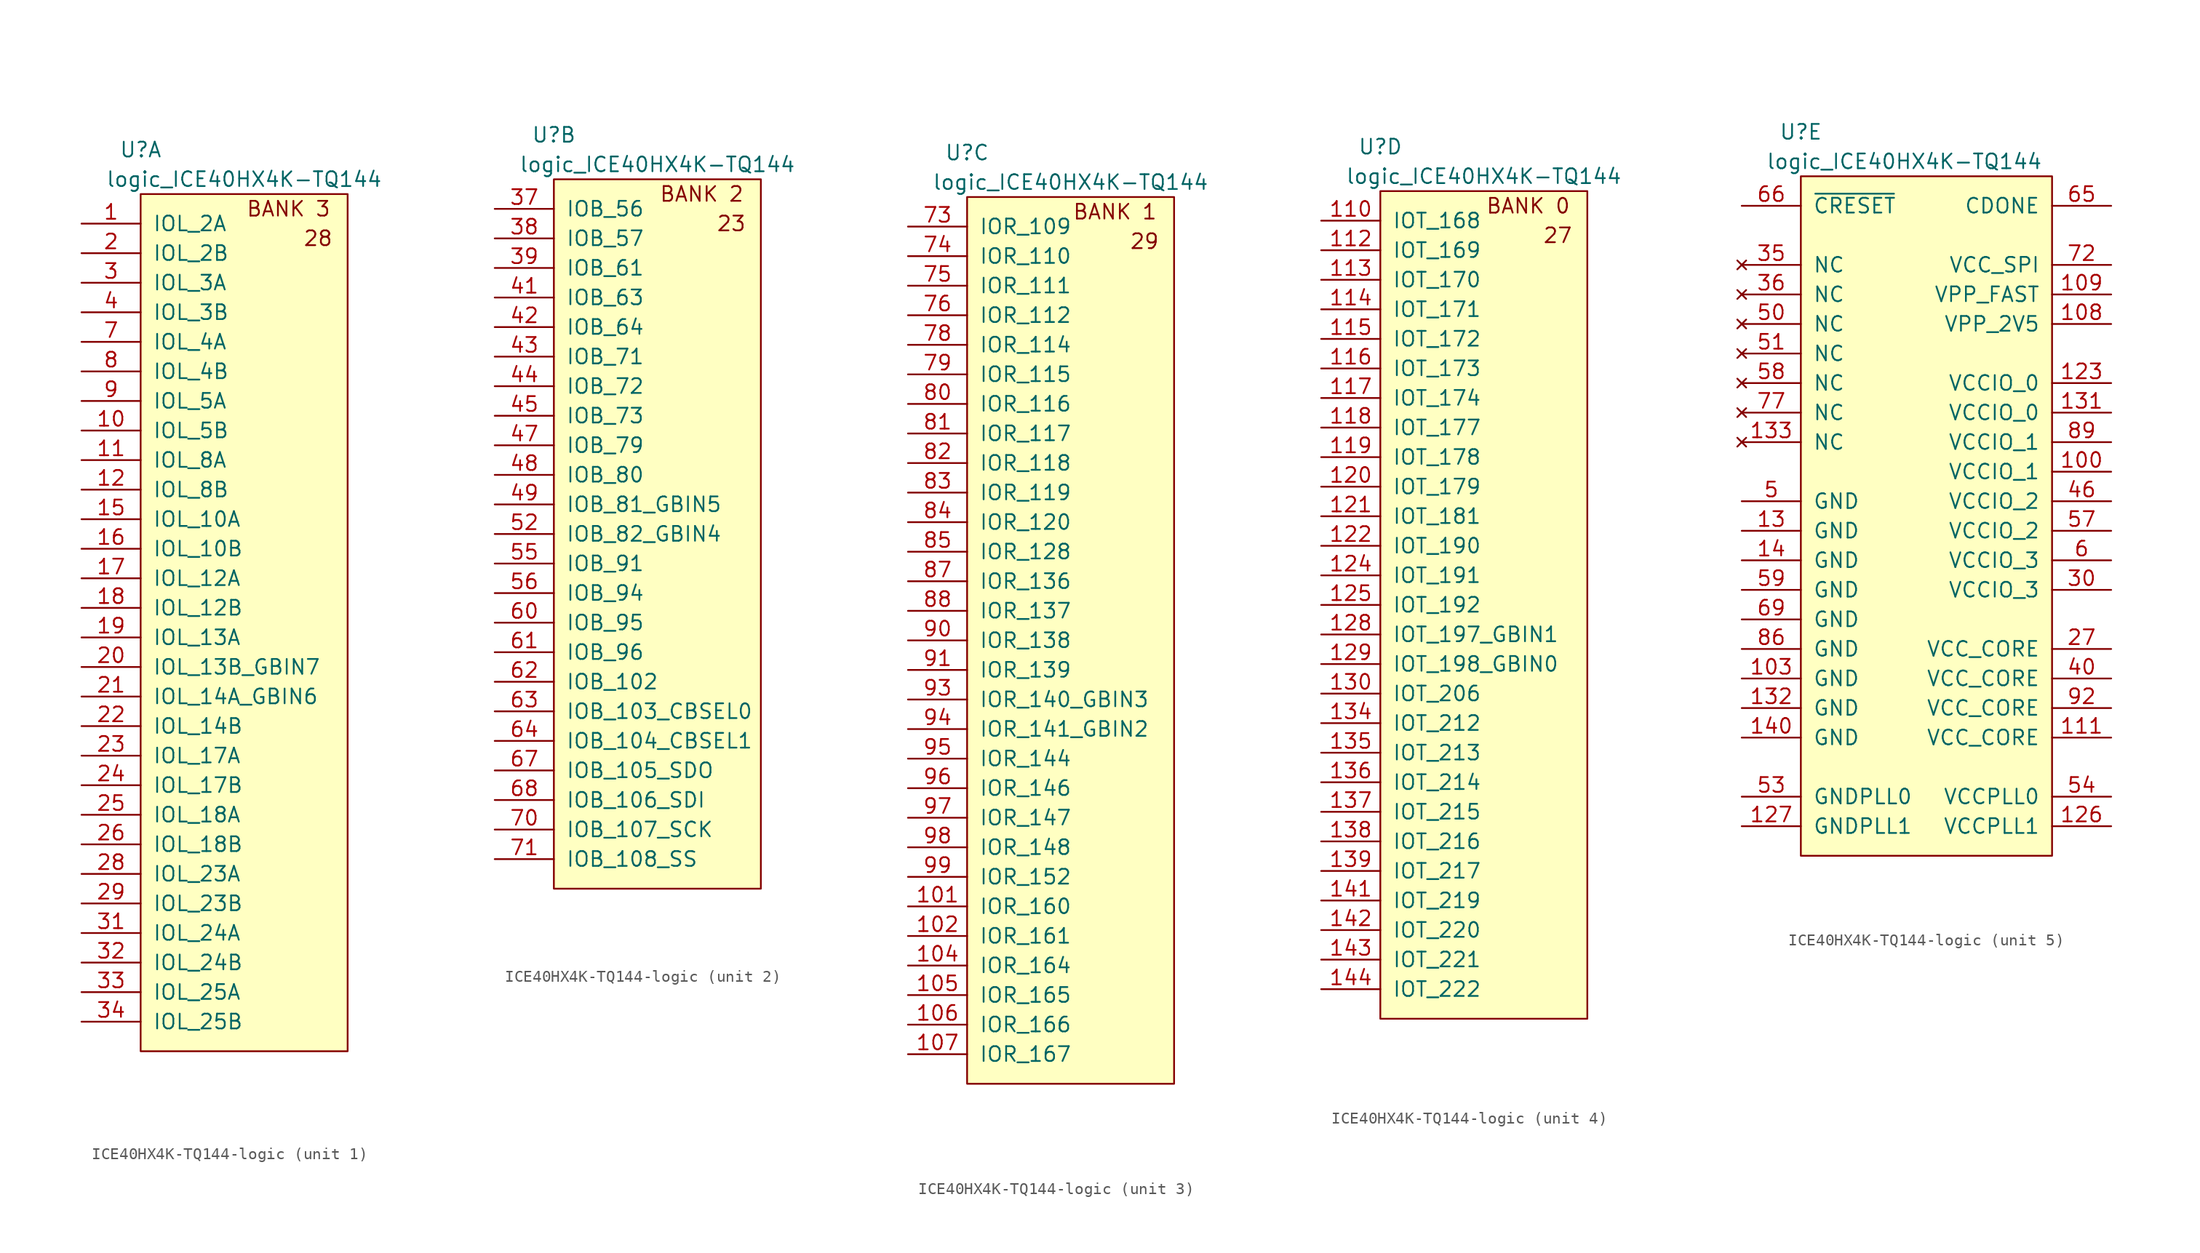
<source format=kicad_sym>
(kicad_symbol_lib
  (version 20231120)
  (generator "kicad_symbol_editor")
  (generator_version "8.0")
  (symbol "ICE40HX4K-TQ144-logic"
    (pin_names
      (offset 1.016))
    (property "Reference" "U"
      (at 0 3.81 0)
      (effects (font (size 1.27 1.27))))
    (property "Value" "logic_ICE40HX4K-TQ144"
      (at 8.89 1.27 0)
      (effects (font (size 1.27 1.27))))
    (property "ki_locked" ""
      (at 0 0 0)
      (effects (font (size 1.27 1.27))))
    (symbol "ICE40HX4K-TQ144-logic_1_0"
      (rectangle (start 0 0) (end 17.78 -73.66) (stroke (width 0) (type solid)) (fill (type background)))
      (text "28" (at 15.24 -3.81 0) (effects (font (size 1.27 1.27))))
      (text "BANK 3" (at 12.7 -1.27 0) (effects (font (size 1.27 1.27)))))
    (symbol "ICE40HX4K-TQ144-logic_1_1"
      (pin passive line (at -5.08 -2.54 0) (length 5.08) (name "IOL_2A" (effects (font (size 1.27 1.27)))) (number "1" (effects (font (size 1.27 1.27)))))
      (pin passive line (at -5.08 -20.32 0) (length 5.08) (name "IOL_5B" (effects (font (size 1.27 1.27)))) (number "10" (effects (font (size 1.27 1.27)))))
      (pin passive line (at -5.08 -22.86 0) (length 5.08) (name "IOL_8A" (effects (font (size 1.27 1.27)))) (number "11" (effects (font (size 1.27 1.27)))))
      (pin passive line (at -5.08 -25.4 0) (length 5.08) (name "IOL_8B" (effects (font (size 1.27 1.27)))) (number "12" (effects (font (size 1.27 1.27)))))
      (pin passive line (at -5.08 -27.94 0) (length 5.08) (name "IOL_10A" (effects (font (size 1.27 1.27)))) (number "15" (effects (font (size 1.27 1.27)))))
      (pin passive line (at -5.08 -30.48 0) (length 5.08) (name "IOL_10B" (effects (font (size 1.27 1.27)))) (number "16" (effects (font (size 1.27 1.27)))))
      (pin passive line (at -5.08 -33.02 0) (length 5.08) (name "IOL_12A" (effects (font (size 1.27 1.27)))) (number "17" (effects (font (size 1.27 1.27)))))
      (pin passive line (at -5.08 -35.56 0) (length 5.08) (name "IOL_12B" (effects (font (size 1.27 1.27)))) (number "18" (effects (font (size 1.27 1.27)))))
      (pin passive line (at -5.08 -38.1 0) (length 5.08) (name "IOL_13A" (effects (font (size 1.27 1.27)))) (number "19" (effects (font (size 1.27 1.27)))))
      (pin passive line (at -5.08 -5.08 0) (length 5.08) (name "IOL_2B" (effects (font (size 1.27 1.27)))) (number "2" (effects (font (size 1.27 1.27)))))
      (pin passive line (at -5.08 -40.64 0) (length 5.08) (name "IOL_13B_GBIN7" (effects (font (size 1.27 1.27)))) (number "20" (effects (font (size 1.27 1.27)))))
      (pin passive line (at -5.08 -43.18 0) (length 5.08) (name "IOL_14A_GBIN6" (effects (font (size 1.27 1.27)))) (number "21" (effects (font (size 1.27 1.27)))))
      (pin passive line (at -5.08 -45.72 0) (length 5.08) (name "IOL_14B" (effects (font (size 1.27 1.27)))) (number "22" (effects (font (size 1.27 1.27)))))
      (pin passive line (at -5.08 -48.26 0) (length 5.08) (name "IOL_17A" (effects (font (size 1.27 1.27)))) (number "23" (effects (font (size 1.27 1.27)))))
      (pin passive line (at -5.08 -50.8 0) (length 5.08) (name "IOL_17B" (effects (font (size 1.27 1.27)))) (number "24" (effects (font (size 1.27 1.27)))))
      (pin passive line (at -5.08 -53.34 0) (length 5.08) (name "IOL_18A" (effects (font (size 1.27 1.27)))) (number "25" (effects (font (size 1.27 1.27)))))
      (pin passive line (at -5.08 -55.88 0) (length 5.08) (name "IOL_18B" (effects (font (size 1.27 1.27)))) (number "26" (effects (font (size 1.27 1.27)))))
      (pin passive line (at -5.08 -58.42 0) (length 5.08) (name "IOL_23A" (effects (font (size 1.27 1.27)))) (number "28" (effects (font (size 1.27 1.27)))))
      (pin passive line (at -5.08 -60.96 0) (length 5.08) (name "IOL_23B" (effects (font (size 1.27 1.27)))) (number "29" (effects (font (size 1.27 1.27)))))
      (pin passive line (at -5.08 -7.62 0) (length 5.08) (name "IOL_3A" (effects (font (size 1.27 1.27)))) (number "3" (effects (font (size 1.27 1.27)))))
      (pin passive line (at -5.08 -63.5 0) (length 5.08) (name "IOL_24A" (effects (font (size 1.27 1.27)))) (number "31" (effects (font (size 1.27 1.27)))))
      (pin passive line (at -5.08 -66.04 0) (length 5.08) (name "IOL_24B" (effects (font (size 1.27 1.27)))) (number "32" (effects (font (size 1.27 1.27)))))
      (pin passive line (at -5.08 -68.58 0) (length 5.08) (name "IOL_25A" (effects (font (size 1.27 1.27)))) (number "33" (effects (font (size 1.27 1.27)))))
      (pin passive line (at -5.08 -71.12 0) (length 5.08) (name "IOL_25B" (effects (font (size 1.27 1.27)))) (number "34" (effects (font (size 1.27 1.27)))))
      (pin passive line (at -5.08 -10.16 0) (length 5.08) (name "IOL_3B" (effects (font (size 1.27 1.27)))) (number "4" (effects (font (size 1.27 1.27)))))
      (pin passive line (at -5.08 -12.7 0) (length 5.08) (name "IOL_4A" (effects (font (size 1.27 1.27)))) (number "7" (effects (font (size 1.27 1.27)))))
      (pin passive line (at -5.08 -15.24 0) (length 5.08) (name "IOL_4B" (effects (font (size 1.27 1.27)))) (number "8" (effects (font (size 1.27 1.27)))))
      (pin passive line (at -5.08 -17.78 0) (length 5.08) (name "IOL_5A" (effects (font (size 1.27 1.27)))) (number "9" (effects (font (size 1.27 1.27))))))
    (symbol "ICE40HX4K-TQ144-logic_2_0"
      (rectangle (start 0 0) (end 17.78 -60.96) (stroke (width 0) (type solid)) (fill (type background)))
      (text "23" (at 15.24 -3.81 0) (effects (font (size 1.27 1.27))))
      (text "BANK 2" (at 12.7 -1.27 0) (effects (font (size 1.27 1.27)))))
    (symbol "ICE40HX4K-TQ144-logic_2_1"
      (pin passive line (at -5.08 -2.54 0) (length 5.08) (name "IOB_56" (effects (font (size 1.27 1.27)))) (number "37" (effects (font (size 1.27 1.27)))))
      (pin passive line (at -5.08 -5.08 0) (length 5.08) (name "IOB_57" (effects (font (size 1.27 1.27)))) (number "38" (effects (font (size 1.27 1.27)))))
      (pin passive line (at -5.08 -7.62 0) (length 5.08) (name "IOB_61" (effects (font (size 1.27 1.27)))) (number "39" (effects (font (size 1.27 1.27)))))
      (pin passive line (at -5.08 -10.16 0) (length 5.08) (name "IOB_63" (effects (font (size 1.27 1.27)))) (number "41" (effects (font (size 1.27 1.27)))))
      (pin passive line (at -5.08 -12.7 0) (length 5.08) (name "IOB_64" (effects (font (size 1.27 1.27)))) (number "42" (effects (font (size 1.27 1.27)))))
      (pin passive line (at -5.08 -15.24 0) (length 5.08) (name "IOB_71" (effects (font (size 1.27 1.27)))) (number "43" (effects (font (size 1.27 1.27)))))
      (pin passive line (at -5.08 -17.78 0) (length 5.08) (name "IOB_72" (effects (font (size 1.27 1.27)))) (number "44" (effects (font (size 1.27 1.27)))))
      (pin passive line (at -5.08 -20.32 0) (length 5.08) (name "IOB_73" (effects (font (size 1.27 1.27)))) (number "45" (effects (font (size 1.27 1.27)))))
      (pin passive line (at -5.08 -22.86 0) (length 5.08) (name "IOB_79" (effects (font (size 1.27 1.27)))) (number "47" (effects (font (size 1.27 1.27)))))
      (pin passive line (at -5.08 -25.4 0) (length 5.08) (name "IOB_80" (effects (font (size 1.27 1.27)))) (number "48" (effects (font (size 1.27 1.27)))))
      (pin passive line (at -5.08 -27.94 0) (length 5.08) (name "IOB_81_GBIN5" (effects (font (size 1.27 1.27)))) (number "49" (effects (font (size 1.27 1.27)))))
      (pin passive line (at -5.08 -30.48 0) (length 5.08) (name "IOB_82_GBIN4" (effects (font (size 1.27 1.27)))) (number "52" (effects (font (size 1.27 1.27)))))
      (pin passive line (at -5.08 -33.02 0) (length 5.08) (name "IOB_91" (effects (font (size 1.27 1.27)))) (number "55" (effects (font (size 1.27 1.27)))))
      (pin passive line (at -5.08 -35.56 0) (length 5.08) (name "IOB_94" (effects (font (size 1.27 1.27)))) (number "56" (effects (font (size 1.27 1.27)))))
      (pin passive line (at -5.08 -38.1 0) (length 5.08) (name "IOB_95" (effects (font (size 1.27 1.27)))) (number "60" (effects (font (size 1.27 1.27)))))
      (pin passive line (at -5.08 -40.64 0) (length 5.08) (name "IOB_96" (effects (font (size 1.27 1.27)))) (number "61" (effects (font (size 1.27 1.27)))))
      (pin passive line (at -5.08 -43.18 0) (length 5.08) (name "IOB_102" (effects (font (size 1.27 1.27)))) (number "62" (effects (font (size 1.27 1.27)))))
      (pin passive line (at -5.08 -45.72 0) (length 5.08) (name "IOB_103_CBSEL0" (effects (font (size 1.27 1.27)))) (number "63" (effects (font (size 1.27 1.27)))))
      (pin passive line (at -5.08 -48.26 0) (length 5.08) (name "IOB_104_CBSEL1" (effects (font (size 1.27 1.27)))) (number "64" (effects (font (size 1.27 1.27)))))
      (pin passive line (at -5.08 -50.8 0) (length 5.08) (name "IOB_105_SDO" (effects (font (size 1.27 1.27)))) (number "67" (effects (font (size 1.27 1.27)))))
      (pin passive line (at -5.08 -53.34 0) (length 5.08) (name "IOB_106_SDI" (effects (font (size 1.27 1.27)))) (number "68" (effects (font (size 1.27 1.27)))))
      (pin passive line (at -5.08 -55.88 0) (length 5.08) (name "IOB_107_SCK" (effects (font (size 1.27 1.27)))) (number "70" (effects (font (size 1.27 1.27)))))
      (pin passive line (at -5.08 -58.42 0) (length 5.08) (name "IOB_108_SS" (effects (font (size 1.27 1.27)))) (number "71" (effects (font (size 1.27 1.27))))))
    (symbol "ICE40HX4K-TQ144-logic_3_0"
      (rectangle (start 0 0) (end 17.78 -76.2) (stroke (width 0) (type solid)) (fill (type background)))
      (text "29" (at 15.24 -3.81 0) (effects (font (size 1.27 1.27))))
      (text "BANK 1" (at 12.7 -1.27 0) (effects (font (size 1.27 1.27)))))
    (symbol "ICE40HX4K-TQ144-logic_3_1"
      (pin passive line (at -5.08 -60.96 0) (length 5.08) (name "IOR_160" (effects (font (size 1.27 1.27)))) (number "101" (effects (font (size 1.27 1.27)))))
      (pin passive line (at -5.08 -63.5 0) (length 5.08) (name "IOR_161" (effects (font (size 1.27 1.27)))) (number "102" (effects (font (size 1.27 1.27)))))
      (pin passive line (at -5.08 -66.04 0) (length 5.08) (name "IOR_164" (effects (font (size 1.27 1.27)))) (number "104" (effects (font (size 1.27 1.27)))))
      (pin passive line (at -5.08 -68.58 0) (length 5.08) (name "IOR_165" (effects (font (size 1.27 1.27)))) (number "105" (effects (font (size 1.27 1.27)))))
      (pin passive line (at -5.08 -71.12 0) (length 5.08) (name "IOR_166" (effects (font (size 1.27 1.27)))) (number "106" (effects (font (size 1.27 1.27)))))
      (pin passive line (at -5.08 -73.66 0) (length 5.08) (name "IOR_167" (effects (font (size 1.27 1.27)))) (number "107" (effects (font (size 1.27 1.27)))))
      (pin passive line (at -5.08 -2.54 0) (length 5.08) (name "IOR_109" (effects (font (size 1.27 1.27)))) (number "73" (effects (font (size 1.27 1.27)))))
      (pin passive line (at -5.08 -5.08 0) (length 5.08) (name "IOR_110" (effects (font (size 1.27 1.27)))) (number "74" (effects (font (size 1.27 1.27)))))
      (pin passive line (at -5.08 -7.62 0) (length 5.08) (name "IOR_111" (effects (font (size 1.27 1.27)))) (number "75" (effects (font (size 1.27 1.27)))))
      (pin passive line (at -5.08 -10.16 0) (length 5.08) (name "IOR_112" (effects (font (size 1.27 1.27)))) (number "76" (effects (font (size 1.27 1.27)))))
      (pin passive line (at -5.08 -12.7 0) (length 5.08) (name "IOR_114" (effects (font (size 1.27 1.27)))) (number "78" (effects (font (size 1.27 1.27)))))
      (pin passive line (at -5.08 -15.24 0) (length 5.08) (name "IOR_115" (effects (font (size 1.27 1.27)))) (number "79" (effects (font (size 1.27 1.27)))))
      (pin passive line (at -5.08 -17.78 0) (length 5.08) (name "IOR_116" (effects (font (size 1.27 1.27)))) (number "80" (effects (font (size 1.27 1.27)))))
      (pin passive line (at -5.08 -20.32 0) (length 5.08) (name "IOR_117" (effects (font (size 1.27 1.27)))) (number "81" (effects (font (size 1.27 1.27)))))
      (pin passive line (at -5.08 -22.86 0) (length 5.08) (name "IOR_118" (effects (font (size 1.27 1.27)))) (number "82" (effects (font (size 1.27 1.27)))))
      (pin passive line (at -5.08 -25.4 0) (length 5.08) (name "IOR_119" (effects (font (size 1.27 1.27)))) (number "83" (effects (font (size 1.27 1.27)))))
      (pin passive line (at -5.08 -27.94 0) (length 5.08) (name "IOR_120" (effects (font (size 1.27 1.27)))) (number "84" (effects (font (size 1.27 1.27)))))
      (pin passive line (at -5.08 -30.48 0) (length 5.08) (name "IOR_128" (effects (font (size 1.27 1.27)))) (number "85" (effects (font (size 1.27 1.27)))))
      (pin passive line (at -5.08 -33.02 0) (length 5.08) (name "IOR_136" (effects (font (size 1.27 1.27)))) (number "87" (effects (font (size 1.27 1.27)))))
      (pin passive line (at -5.08 -35.56 0) (length 5.08) (name "IOR_137" (effects (font (size 1.27 1.27)))) (number "88" (effects (font (size 1.27 1.27)))))
      (pin passive line (at -5.08 -38.1 0) (length 5.08) (name "IOR_138" (effects (font (size 1.27 1.27)))) (number "90" (effects (font (size 1.27 1.27)))))
      (pin passive line (at -5.08 -40.64 0) (length 5.08) (name "IOR_139" (effects (font (size 1.27 1.27)))) (number "91" (effects (font (size 1.27 1.27)))))
      (pin passive line (at -5.08 -43.18 0) (length 5.08) (name "IOR_140_GBIN3" (effects (font (size 1.27 1.27)))) (number "93" (effects (font (size 1.27 1.27)))))
      (pin passive line (at -5.08 -45.72 0) (length 5.08) (name "IOR_141_GBIN2" (effects (font (size 1.27 1.27)))) (number "94" (effects (font (size 1.27 1.27)))))
      (pin passive line (at -5.08 -48.26 0) (length 5.08) (name "IOR_144" (effects (font (size 1.27 1.27)))) (number "95" (effects (font (size 1.27 1.27)))))
      (pin passive line (at -5.08 -50.8 0) (length 5.08) (name "IOR_146" (effects (font (size 1.27 1.27)))) (number "96" (effects (font (size 1.27 1.27)))))
      (pin passive line (at -5.08 -53.34 0) (length 5.08) (name "IOR_147" (effects (font (size 1.27 1.27)))) (number "97" (effects (font (size 1.27 1.27)))))
      (pin passive line (at -5.08 -55.88 0) (length 5.08) (name "IOR_148" (effects (font (size 1.27 1.27)))) (number "98" (effects (font (size 1.27 1.27)))))
      (pin passive line (at -5.08 -58.42 0) (length 5.08) (name "IOR_152" (effects (font (size 1.27 1.27)))) (number "99" (effects (font (size 1.27 1.27))))))
    (symbol "ICE40HX4K-TQ144-logic_4_0"
      (rectangle (start 0 0) (end 17.78 -71.12) (stroke (width 0) (type solid)) (fill (type background)))
      (text "27" (at 15.24 -3.81 0) (effects (font (size 1.27 1.27))))
      (text "BANK 0" (at 12.7 -1.27 0) (effects (font (size 1.27 1.27)))))
    (symbol "ICE40HX4K-TQ144-logic_4_1"
      (pin passive line (at -5.08 -2.54 0) (length 5.08) (name "IOT_168" (effects (font (size 1.27 1.27)))) (number "110" (effects (font (size 1.27 1.27)))))
      (pin passive line (at -5.08 -5.08 0) (length 5.08) (name "IOT_169" (effects (font (size 1.27 1.27)))) (number "112" (effects (font (size 1.27 1.27)))))
      (pin passive line (at -5.08 -7.62 0) (length 5.08) (name "IOT_170" (effects (font (size 1.27 1.27)))) (number "113" (effects (font (size 1.27 1.27)))))
      (pin passive line (at -5.08 -10.16 0) (length 5.08) (name "IOT_171" (effects (font (size 1.27 1.27)))) (number "114" (effects (font (size 1.27 1.27)))))
      (pin passive line (at -5.08 -12.7 0) (length 5.08) (name "IOT_172" (effects (font (size 1.27 1.27)))) (number "115" (effects (font (size 1.27 1.27)))))
      (pin passive line (at -5.08 -15.24 0) (length 5.08) (name "IOT_173" (effects (font (size 1.27 1.27)))) (number "116" (effects (font (size 1.27 1.27)))))
      (pin passive line (at -5.08 -17.78 0) (length 5.08) (name "IOT_174" (effects (font (size 1.27 1.27)))) (number "117" (effects (font (size 1.27 1.27)))))
      (pin passive line (at -5.08 -20.32 0) (length 5.08) (name "IOT_177" (effects (font (size 1.27 1.27)))) (number "118" (effects (font (size 1.27 1.27)))))
      (pin passive line (at -5.08 -22.86 0) (length 5.08) (name "IOT_178" (effects (font (size 1.27 1.27)))) (number "119" (effects (font (size 1.27 1.27)))))
      (pin passive line (at -5.08 -25.4 0) (length 5.08) (name "IOT_179" (effects (font (size 1.27 1.27)))) (number "120" (effects (font (size 1.27 1.27)))))
      (pin passive line (at -5.08 -27.94 0) (length 5.08) (name "IOT_181" (effects (font (size 1.27 1.27)))) (number "121" (effects (font (size 1.27 1.27)))))
      (pin passive line (at -5.08 -30.48 0) (length 5.08) (name "IOT_190" (effects (font (size 1.27 1.27)))) (number "122" (effects (font (size 1.27 1.27)))))
      (pin passive line (at -5.08 -33.02 0) (length 5.08) (name "IOT_191" (effects (font (size 1.27 1.27)))) (number "124" (effects (font (size 1.27 1.27)))))
      (pin passive line (at -5.08 -35.56 0) (length 5.08) (name "IOT_192" (effects (font (size 1.27 1.27)))) (number "125" (effects (font (size 1.27 1.27)))))
      (pin passive line (at -5.08 -38.1 0) (length 5.08) (name "IOT_197_GBIN1" (effects (font (size 1.27 1.27)))) (number "128" (effects (font (size 1.27 1.27)))))
      (pin passive line (at -5.08 -40.64 0) (length 5.08) (name "IOT_198_GBIN0" (effects (font (size 1.27 1.27)))) (number "129" (effects (font (size 1.27 1.27)))))
      (pin passive line (at -5.08 -43.18 0) (length 5.08) (name "IOT_206" (effects (font (size 1.27 1.27)))) (number "130" (effects (font (size 1.27 1.27)))))
      (pin passive line (at -5.08 -45.72 0) (length 5.08) (name "IOT_212" (effects (font (size 1.27 1.27)))) (number "134" (effects (font (size 1.27 1.27)))))
      (pin passive line (at -5.08 -48.26 0) (length 5.08) (name "IOT_213" (effects (font (size 1.27 1.27)))) (number "135" (effects (font (size 1.27 1.27)))))
      (pin passive line (at -5.08 -50.8 0) (length 5.08) (name "IOT_214" (effects (font (size 1.27 1.27)))) (number "136" (effects (font (size 1.27 1.27)))))
      (pin passive line (at -5.08 -53.34 0) (length 5.08) (name "IOT_215" (effects (font (size 1.27 1.27)))) (number "137" (effects (font (size 1.27 1.27)))))
      (pin passive line (at -5.08 -55.88 0) (length 5.08) (name "IOT_216" (effects (font (size 1.27 1.27)))) (number "138" (effects (font (size 1.27 1.27)))))
      (pin passive line (at -5.08 -58.42 0) (length 5.08) (name "IOT_217" (effects (font (size 1.27 1.27)))) (number "139" (effects (font (size 1.27 1.27)))))
      (pin passive line (at -5.08 -60.96 0) (length 5.08) (name "IOT_219" (effects (font (size 1.27 1.27)))) (number "141" (effects (font (size 1.27 1.27)))))
      (pin passive line (at -5.08 -63.5 0) (length 5.08) (name "IOT_220" (effects (font (size 1.27 1.27)))) (number "142" (effects (font (size 1.27 1.27)))))
      (pin passive line (at -5.08 -66.04 0) (length 5.08) (name "IOT_221" (effects (font (size 1.27 1.27)))) (number "143" (effects (font (size 1.27 1.27)))))
      (pin passive line (at -5.08 -68.58 0) (length 5.08) (name "IOT_222" (effects (font (size 1.27 1.27)))) (number "144" (effects (font (size 1.27 1.27))))))
    (symbol "ICE40HX4K-TQ144-logic_5_0"
      (rectangle (start 0 0) (end 21.59 -58.42) (stroke (width 0) (type solid)) (fill (type background))))
    (symbol "ICE40HX4K-TQ144-logic_5_1"
      (pin power_in line (at 26.67 -25.4 180) (length 5.08) (name "VCCIO_1" (effects (font (size 1.27 1.27)))) (number "100" (effects (font (size 1.27 1.27)))))
      (pin power_in line (at -5.08 -43.18 0) (length 5.08) (name "GND" (effects (font (size 1.27 1.27)))) (number "103" (effects (font (size 1.27 1.27)))))
      (pin power_in line (at 26.67 -12.7 180) (length 5.08) (name "VPP_2V5" (effects (font (size 1.27 1.27)))) (number "108" (effects (font (size 1.27 1.27)))))
      (pin power_in line (at 26.67 -10.16 180) (length 5.08) (name "VPP_FAST" (effects (font (size 1.27 1.27)))) (number "109" (effects (font (size 1.27 1.27)))))
      (pin power_in line (at 26.67 -48.26 180) (length 5.08) (name "VCC_CORE" (effects (font (size 1.27 1.27)))) (number "111" (effects (font (size 1.27 1.27)))))
      (pin power_in line (at 26.67 -17.78 180) (length 5.08) (name "VCCIO_0" (effects (font (size 1.27 1.27)))) (number "123" (effects (font (size 1.27 1.27)))))
      (pin power_in line (at 26.67 -55.88 180) (length 5.08) (name "VCCPLL1" (effects (font (size 1.27 1.27)))) (number "126" (effects (font (size 1.27 1.27)))))
      (pin power_in line (at -5.08 -55.88 0) (length 5.08) (name "GNDPLL1" (effects (font (size 1.27 1.27)))) (number "127" (effects (font (size 1.27 1.27)))))
      (pin power_in line (at -5.08 -30.48 0) (length 5.08) (name "GND" (effects (font (size 1.27 1.27)))) (number "13" (effects (font (size 1.27 1.27)))))
      (pin power_in line (at 26.67 -20.32 180) (length 5.08) (name "VCCIO_0" (effects (font (size 1.27 1.27)))) (number "131" (effects (font (size 1.27 1.27)))))
      (pin power_in line (at -5.08 -45.72 0) (length 5.08) (name "GND" (effects (font (size 1.27 1.27)))) (number "132" (effects (font (size 1.27 1.27)))))
      (pin no_connect line (at -5.08 -22.86 0) (length 5.08) (name "NC" (effects (font (size 1.27 1.27)))) (number "133" (effects (font (size 1.27 1.27)))))
      (pin power_in line (at -5.08 -33.02 0) (length 5.08) (name "GND" (effects (font (size 1.27 1.27)))) (number "14" (effects (font (size 1.27 1.27)))))
      (pin power_in line (at -5.08 -48.26 0) (length 5.08) (name "GND" (effects (font (size 1.27 1.27)))) (number "140" (effects (font (size 1.27 1.27)))))
      (pin power_in line (at 26.67 -40.64 180) (length 5.08) (name "VCC_CORE" (effects (font (size 1.27 1.27)))) (number "27" (effects (font (size 1.27 1.27)))))
      (pin power_in line (at 26.67 -35.56 180) (length 5.08) (name "VCCIO_3" (effects (font (size 1.27 1.27)))) (number "30" (effects (font (size 1.27 1.27)))))
      (pin no_connect line (at -5.08 -7.62 0) (length 5.08) (name "NC" (effects (font (size 1.27 1.27)))) (number "35" (effects (font (size 1.27 1.27)))))
      (pin no_connect line (at -5.08 -10.16 0) (length 5.08) (name "NC" (effects (font (size 1.27 1.27)))) (number "36" (effects (font (size 1.27 1.27)))))
      (pin power_in line (at 26.67 -43.18 180) (length 5.08) (name "VCC_CORE" (effects (font (size 1.27 1.27)))) (number "40" (effects (font (size 1.27 1.27)))))
      (pin power_in line (at 26.67 -27.94 180) (length 5.08) (name "VCCIO_2" (effects (font (size 1.27 1.27)))) (number "46" (effects (font (size 1.27 1.27)))))
      (pin power_in line (at -5.08 -27.94 0) (length 5.08) (name "GND" (effects (font (size 1.27 1.27)))) (number "5" (effects (font (size 1.27 1.27)))))
      (pin no_connect line (at -5.08 -12.7 0) (length 5.08) (name "NC" (effects (font (size 1.27 1.27)))) (number "50" (effects (font (size 1.27 1.27)))))
      (pin no_connect line (at -5.08 -15.24 0) (length 5.08) (name "NC" (effects (font (size 1.27 1.27)))) (number "51" (effects (font (size 1.27 1.27)))))
      (pin power_in line (at -5.08 -53.34 0) (length 5.08) (name "GNDPLL0" (effects (font (size 1.27 1.27)))) (number "53" (effects (font (size 1.27 1.27)))))
      (pin power_in line (at 26.67 -53.34 180) (length 5.08) (name "VCCPLL0" (effects (font (size 1.27 1.27)))) (number "54" (effects (font (size 1.27 1.27)))))
      (pin power_in line (at 26.67 -30.48 180) (length 5.08) (name "VCCIO_2" (effects (font (size 1.27 1.27)))) (number "57" (effects (font (size 1.27 1.27)))))
      (pin no_connect line (at -5.08 -17.78 0) (length 5.08) (name "NC" (effects (font (size 1.27 1.27)))) (number "58" (effects (font (size 1.27 1.27)))))
      (pin power_in line (at -5.08 -35.56 0) (length 5.08) (name "GND" (effects (font (size 1.27 1.27)))) (number "59" (effects (font (size 1.27 1.27)))))
      (pin power_in line (at 26.67 -33.02 180) (length 5.08) (name "VCCIO_3" (effects (font (size 1.27 1.27)))) (number "6" (effects (font (size 1.27 1.27)))))
      (pin output line (at 26.67 -2.54 180) (length 5.08) (name "CDONE" (effects (font (size 1.27 1.27)))) (number "65" (effects (font (size 1.27 1.27)))))
      (pin input line (at -5.08 -2.54 0) (length 5.08) (name "~{CRESET}" (effects (font (size 1.27 1.27)))) (number "66" (effects (font (size 1.27 1.27)))))
      (pin power_in line (at -5.08 -38.1 0) (length 5.08) (name "GND" (effects (font (size 1.27 1.27)))) (number "69" (effects (font (size 1.27 1.27)))))
      (pin power_in line (at 26.67 -7.62 180) (length 5.08) (name "VCC_SPI" (effects (font (size 1.27 1.27)))) (number "72" (effects (font (size 1.27 1.27)))))
      (pin no_connect line (at -5.08 -20.32 0) (length 5.08) (name "NC" (effects (font (size 1.27 1.27)))) (number "77" (effects (font (size 1.27 1.27)))))
      (pin power_in line (at -5.08 -40.64 0) (length 5.08) (name "GND" (effects (font (size 1.27 1.27)))) (number "86" (effects (font (size 1.27 1.27)))))
      (pin power_in line (at 26.67 -22.86 180) (length 5.08) (name "VCCIO_1" (effects (font (size 1.27 1.27)))) (number "89" (effects (font (size 1.27 1.27)))))
      (pin power_in line (at 26.67 -45.72 180) (length 5.08) (name "VCC_CORE" (effects (font (size 1.27 1.27)))) (number "92" (effects (font (size 1.27 1.27))))))))
</source>
